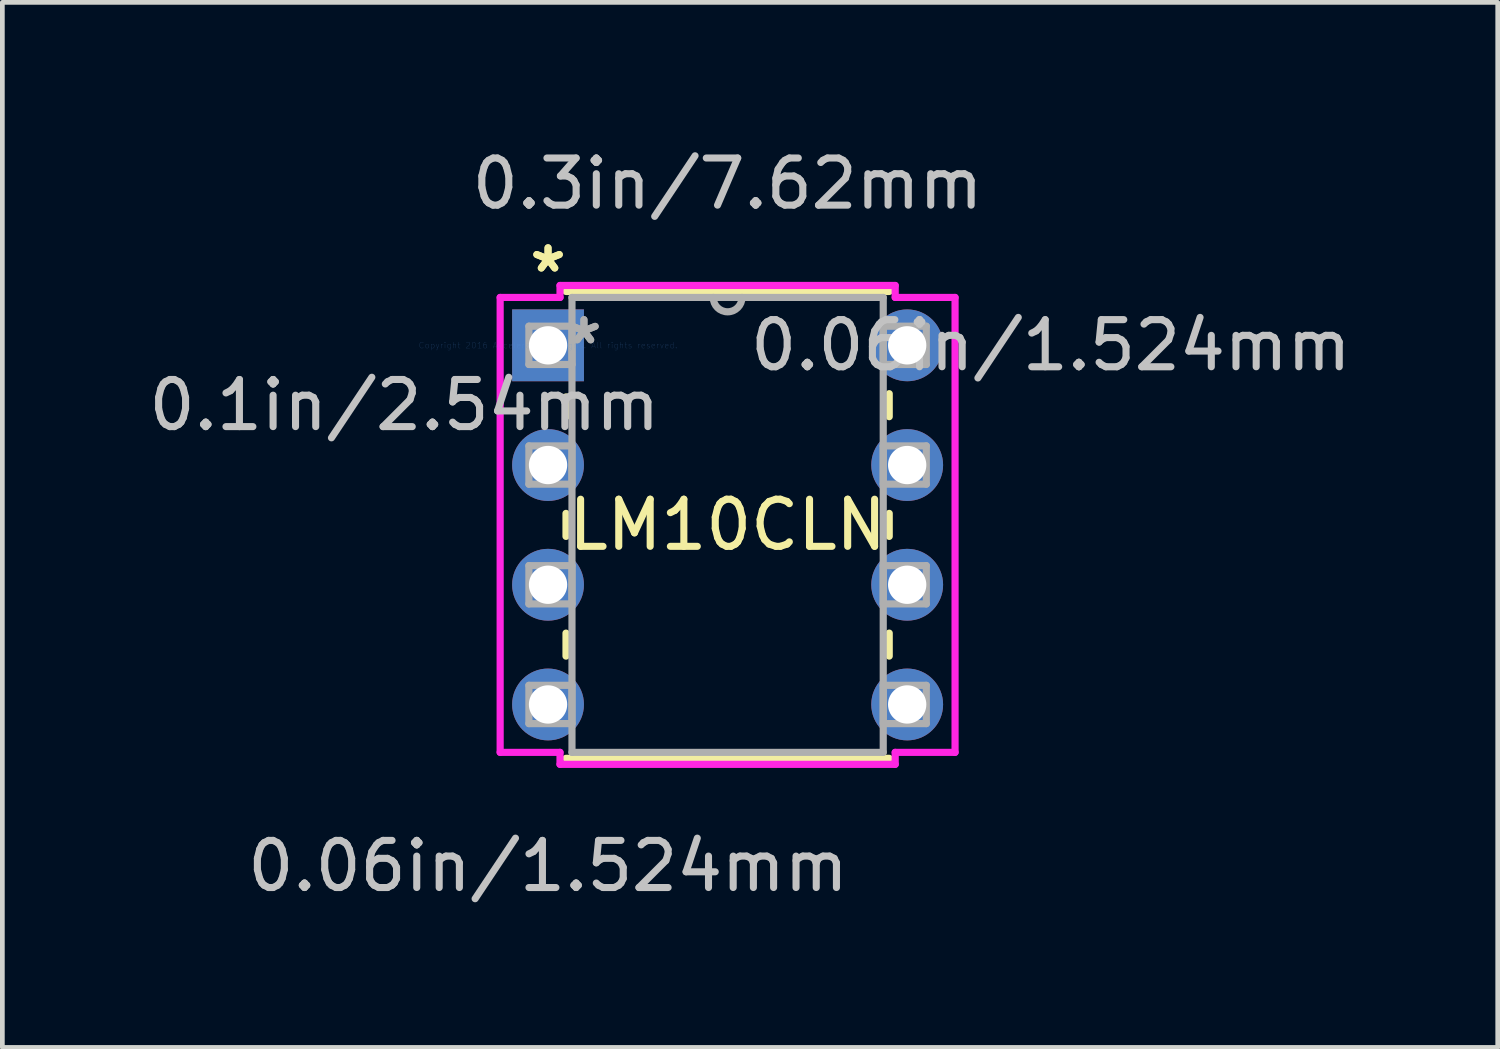
<source format=kicad_pcb>
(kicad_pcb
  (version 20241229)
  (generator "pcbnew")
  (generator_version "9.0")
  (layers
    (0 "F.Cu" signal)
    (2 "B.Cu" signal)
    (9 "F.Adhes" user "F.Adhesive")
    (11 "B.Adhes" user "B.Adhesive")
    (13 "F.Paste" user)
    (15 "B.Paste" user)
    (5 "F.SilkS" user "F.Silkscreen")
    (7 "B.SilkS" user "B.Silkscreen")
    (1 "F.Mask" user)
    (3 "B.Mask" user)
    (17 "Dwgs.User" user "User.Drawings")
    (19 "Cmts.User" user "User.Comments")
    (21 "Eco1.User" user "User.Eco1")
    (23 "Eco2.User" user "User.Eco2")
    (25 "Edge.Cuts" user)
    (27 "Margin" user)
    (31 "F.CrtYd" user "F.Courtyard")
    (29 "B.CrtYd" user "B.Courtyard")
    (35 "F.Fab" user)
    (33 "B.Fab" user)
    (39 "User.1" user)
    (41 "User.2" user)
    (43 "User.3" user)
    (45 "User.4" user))
  (footprint "LM10CLN"
    (layer "F.Cu")
    (at 8.578 4.277)
    (property "Reference" "LM10CLN" (at 3.81 3.81 0) (layer "F.SilkS") (effects (font (size 1 1) (thickness 0.15))))
    (attr through_hole)
    (fp_line (start 0.381 1.095) (end 0.381 1.514) (stroke (width 0.152) (type solid)) (layer "F.SilkS"))
    (fp_line (start 0.381 3.566) (end 0.381 4.054) (stroke (width 0.152) (type solid)) (layer "F.SilkS"))
    (fp_line (start 0.381 6.106) (end 0.381 6.594) (stroke (width 0.152) (type solid)) (layer "F.SilkS"))
    (fp_line (start 0.381 8.763) (end 7.239 8.763) (stroke (width 0.152) (type solid)) (layer "F.SilkS"))
    (fp_line (start 7.239 -1.143) (end 0.381 -1.143) (stroke (width 0.152) (type solid)) (layer "F.SilkS"))
    (fp_line (start 7.239 1.514) (end 7.239 1.026) (stroke (width 0.152) (type solid)) (layer "F.SilkS"))
    (fp_line (start 7.239 4.054) (end 7.239 3.566) (stroke (width 0.152) (type solid)) (layer "F.SilkS"))
    (fp_line (start 7.239 6.594) (end 7.239 6.106) (stroke (width 0.152) (type solid)) (layer "F.SilkS"))
    (fp_line (start -1.016 -1.016) (end -1.016 8.636) (stroke (width 0.152) (type solid)) (layer "F.CrtYd"))
    (fp_line (start -1.016 8.636) (end 0.254 8.636) (stroke (width 0.152) (type solid)) (layer "F.CrtYd"))
    (fp_line (start 0.254 -1.27) (end 0.254 -1.016) (stroke (width 0.152) (type solid)) (layer "F.CrtYd"))
    (fp_line (start 0.254 -1.016) (end -1.016 -1.016) (stroke (width 0.152) (type solid)) (layer "F.CrtYd"))
    (fp_line (start 0.254 8.636) (end 0.254 8.89) (stroke (width 0.152) (type solid)) (layer "F.CrtYd"))
    (fp_line (start 0.254 8.89) (end 7.366 8.89) (stroke (width 0.152) (type solid)) (layer "F.CrtYd"))
    (fp_line (start 7.366 -1.27) (end 0.254 -1.27) (stroke (width 0.152) (type solid)) (layer "F.CrtYd"))
    (fp_line (start 7.366 -1.016) (end 7.366 -1.27) (stroke (width 0.152) (type solid)) (layer "F.CrtYd"))
    (fp_line (start 7.366 8.636) (end 8.636 8.636) (stroke (width 0.152) (type solid)) (layer "F.CrtYd"))
    (fp_line (start 7.366 8.89) (end 7.366 8.636) (stroke (width 0.152) (type solid)) (layer "F.CrtYd"))
    (fp_line (start 8.636 -1.016) (end 7.366 -1.016) (stroke (width 0.152) (type solid)) (layer "F.CrtYd"))
    (fp_line (start 8.636 8.636) (end 8.636 -1.016) (stroke (width 0.152) (type solid)) (layer "F.CrtYd"))
    (fp_line (start -0.406 -0.406) (end -0.406 0.406) (stroke (width 0.152) (type solid)) (layer "F.Fab"))
    (fp_line (start -0.406 0.406) (end 0.508 0.406) (stroke (width 0.152) (type solid)) (layer "F.Fab"))
    (fp_line (start -0.406 2.134) (end -0.406 2.946) (stroke (width 0.152) (type solid)) (layer "F.Fab"))
    (fp_line (start -0.406 2.946) (end 0.508 2.946) (stroke (width 0.152) (type solid)) (layer "F.Fab"))
    (fp_line (start -0.406 4.674) (end -0.406 5.486) (stroke (width 0.152) (type solid)) (layer "F.Fab"))
    (fp_line (start -0.406 5.486) (end 0.508 5.486) (stroke (width 0.152) (type solid)) (layer "F.Fab"))
    (fp_line (start -0.406 7.214) (end -0.406 8.026) (stroke (width 0.152) (type solid)) (layer "F.Fab"))
    (fp_line (start -0.406 8.026) (end 0.508 8.026) (stroke (width 0.152) (type solid)) (layer "F.Fab"))
    (fp_line (start 0.508 -1.016) (end 0.508 8.636) (stroke (width 0.152) (type solid)) (layer "F.Fab"))
    (fp_line (start 0.508 -0.406) (end -0.406 -0.406) (stroke (width 0.152) (type solid)) (layer "F.Fab"))
    (fp_line (start 0.508 0.406) (end 0.508 -0.406) (stroke (width 0.152) (type solid)) (layer "F.Fab"))
    (fp_line (start 0.508 2.134) (end -0.406 2.134) (stroke (width 0.152) (type solid)) (layer "F.Fab"))
    (fp_line (start 0.508 2.946) (end 0.508 2.134) (stroke (width 0.152) (type solid)) (layer "F.Fab"))
    (fp_line (start 0.508 4.674) (end -0.406 4.674) (stroke (width 0.152) (type solid)) (layer "F.Fab"))
    (fp_line (start 0.508 5.486) (end 0.508 4.674) (stroke (width 0.152) (type solid)) (layer "F.Fab"))
    (fp_line (start 0.508 7.214) (end -0.406 7.214) (stroke (width 0.152) (type solid)) (layer "F.Fab"))
    (fp_line (start 0.508 8.026) (end 0.508 7.214) (stroke (width 0.152) (type solid)) (layer "F.Fab"))
    (fp_line (start 0.508 8.636) (end 7.112 8.636) (stroke (width 0.152) (type solid)) (layer "F.Fab"))
    (fp_line (start 7.112 -1.016) (end 0.508 -1.016) (stroke (width 0.152) (type solid)) (layer "F.Fab"))
    (fp_line (start 7.112 -0.406) (end 7.112 0.406) (stroke (width 0.152) (type solid)) (layer "F.Fab"))
    (fp_line (start 7.112 0.406) (end 8.026 0.406) (stroke (width 0.152) (type solid)) (layer "F.Fab"))
    (fp_line (start 7.112 2.134) (end 7.112 2.946) (stroke (width 0.152) (type solid)) (layer "F.Fab"))
    (fp_line (start 7.112 2.946) (end 8.026 2.946) (stroke (width 0.152) (type solid)) (layer "F.Fab"))
    (fp_line (start 7.112 4.674) (end 7.112 5.486) (stroke (width 0.152) (type solid)) (layer "F.Fab"))
    (fp_line (start 7.112 5.486) (end 8.026 5.486) (stroke (width 0.152) (type solid)) (layer "F.Fab"))
    (fp_line (start 7.112 7.214) (end 7.112 8.026) (stroke (width 0.152) (type solid)) (layer "F.Fab"))
    (fp_line (start 7.112 8.026) (end 8.026 8.026) (stroke (width 0.152) (type solid)) (layer "F.Fab"))
    (fp_line (start 7.112 8.636) (end 7.112 -1.016) (stroke (width 0.152) (type solid)) (layer "F.Fab"))
    (fp_line (start 8.026 -0.406) (end 7.112 -0.406) (stroke (width 0.152) (type solid)) (layer "F.Fab"))
    (fp_line (start 8.026 0.406) (end 8.026 -0.406) (stroke (width 0.152) (type solid)) (layer "F.Fab"))
    (fp_line (start 8.026 2.134) (end 7.112 2.134) (stroke (width 0.152) (type solid)) (layer "F.Fab"))
    (fp_line (start 8.026 2.946) (end 8.026 2.134) (stroke (width 0.152) (type solid)) (layer "F.Fab"))
    (fp_line (start 8.026 4.674) (end 7.112 4.674) (stroke (width 0.152) (type solid)) (layer "F.Fab"))
    (fp_line (start 8.026 5.486) (end 8.026 4.674) (stroke (width 0.152) (type solid)) (layer "F.Fab"))
    (fp_line (start 8.026 7.214) (end 7.112 7.214) (stroke (width 0.152) (type solid)) (layer "F.Fab"))
    (fp_line (start 8.026 8.026) (end 8.026 7.214) (stroke (width 0.152) (type solid)) (layer "F.Fab"))
    (fp_arc (start 4.1148 -1.016) (mid 3.81 -0.7112) (end 3.5052 -1.016) (stroke (width 0.1524) (type solid)) (layer "F.Fab"))
    (fp_text user "*" (at 0 -1.524 0) (layer "F.SilkS") (effects (font (size 1 1) (thickness 0.15))))
    (fp_text user "*" (at 0 -1.524 0) (layer "F.SilkS") (effects (font (size 1 1) (thickness 0.15))))
    (fp_text user "0.06in/1.524mm" (at 10.668 0 0) (layer "Dwgs.User") (effects (font (size 1 1) (thickness 0.15))))
    (fp_text user "0.3in/7.62mm" (at 3.81 -3.429 0) (layer "Dwgs.User") (effects (font (size 1 1) (thickness 0.15))))
    (fp_text user "0.1in/2.54mm" (at -3.048 1.27 0) (layer "Dwgs.User") (effects (font (size 1 1) (thickness 0.15))))
    (fp_text user "0.06in/1.524mm" (at 0 11.049 0) (layer "Dwgs.User") (effects (font (size 1 1) (thickness 0.15))))
    (fp_text user "Copyright 2016 Accelerated Designs. All rights reserved." (at 0 0 0) (layer "Cmts.User") (effects (font (size 0.127 0.127) (thickness 0.002))))
    (fp_text user "*" (at 0.762 0 0) (layer "F.Fab") (effects (font (size 1 1) (thickness 0.15))))
    (fp_text user "*" (at 0.762 0 0) (layer "F.Fab") (effects (font (size 1 1) (thickness 0.15))))
    (pad "1" thru_hole rect (at 0 0) (size 1.524 1.524) (drill 0.813) (layers "*.Cu" "*.Mask"))
    (pad "2" thru_hole circle (at 0 2.54) (size 1.524 1.524) (drill 0.813) (layers "*.Cu" "*.Mask"))
    (pad "3" thru_hole circle (at 0 5.08) (size 1.524 1.524) (drill 0.813) (layers "*.Cu" "*.Mask"))
    (pad "4" thru_hole circle (at 0 7.62) (size 1.524 1.524) (drill 0.813) (layers "*.Cu" "*.Mask"))
    (pad "5" thru_hole circle (at 7.62 7.62) (size 1.524 1.524) (drill 0.813) (layers "*.Cu" "*.Mask"))
    (pad "6" thru_hole circle (at 7.62 5.08) (size 1.524 1.524) (drill 0.813) (layers "*.Cu" "*.Mask"))
    (pad "7" thru_hole circle (at 7.62 2.54) (size 1.524 1.524) (drill 0.813) (layers "*.Cu" "*.Mask"))
    (pad "8" thru_hole circle (at 7.62 0) (size 1.524 1.524) (drill 0.813) (layers "*.Cu" "*.Mask")))
  (gr_rect
    (start -3 -3)
    (end 28.728 19.174)
    (stroke (width 0.1) (type default))
    (fill no)
    (layer "Edge.Cuts")))
</source>
